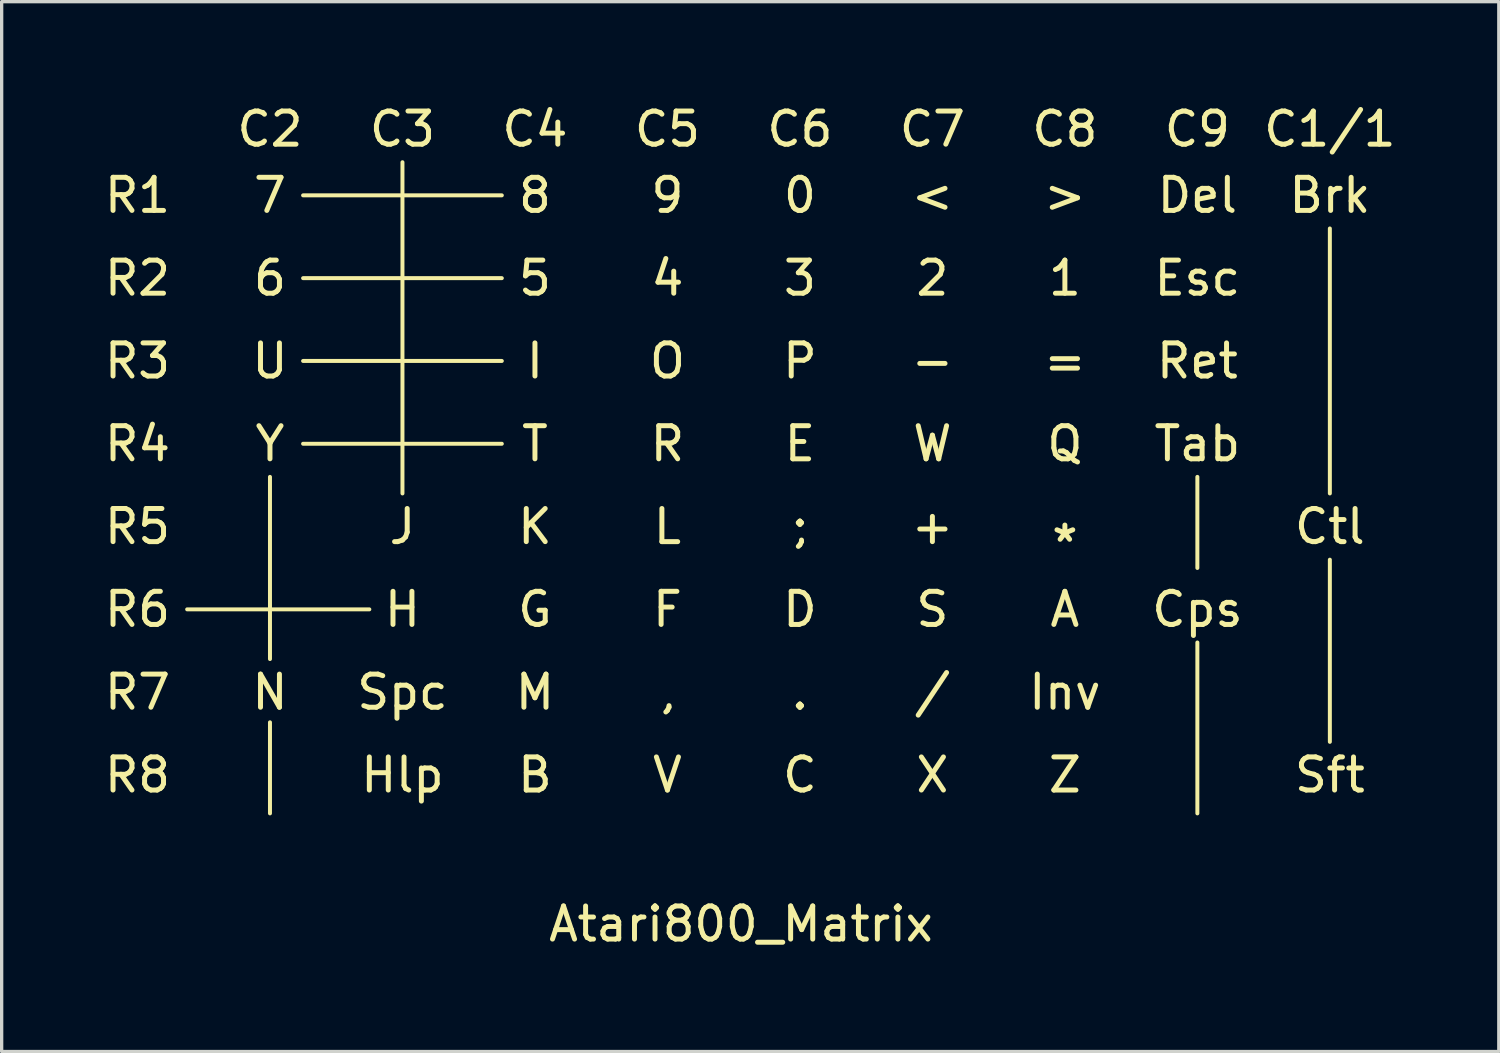
<source format=kicad_pcb>
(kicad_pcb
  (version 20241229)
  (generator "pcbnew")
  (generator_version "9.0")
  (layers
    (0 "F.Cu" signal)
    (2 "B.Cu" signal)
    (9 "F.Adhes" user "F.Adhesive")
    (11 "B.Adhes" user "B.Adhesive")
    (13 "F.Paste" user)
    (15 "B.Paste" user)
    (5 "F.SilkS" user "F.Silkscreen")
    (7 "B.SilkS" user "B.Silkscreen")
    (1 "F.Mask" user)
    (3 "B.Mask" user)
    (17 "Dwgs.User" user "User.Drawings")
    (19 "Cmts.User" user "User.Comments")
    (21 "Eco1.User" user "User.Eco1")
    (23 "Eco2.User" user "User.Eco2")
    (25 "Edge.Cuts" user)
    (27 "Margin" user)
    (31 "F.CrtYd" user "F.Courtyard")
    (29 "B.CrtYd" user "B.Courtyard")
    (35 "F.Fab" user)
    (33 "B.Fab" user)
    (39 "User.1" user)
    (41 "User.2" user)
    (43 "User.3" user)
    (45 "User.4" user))
  (footprint "Atari800_Matrix"
    (layer "F.Cu")
    (at 19.321 11.348)
    (property "Reference" "Atari800_Matrix" (at 0 13.5 0) (layer "F.SilkS") (effects (font (size 1 1) (thickness 0.15))))
    (attr through_hole)
    (fp_line (start -16.72 4) (end -11.22 4) (stroke (width 0.12) (type solid)) (layer "F.SilkS"))
    (fp_line (start -14.22 0) (end -14.22 5.5) (stroke (width 0.12) (type solid)) (layer "F.SilkS"))
    (fp_line (start -14.22 7.41) (end -14.22 10.16) (stroke (width 0.12) (type solid)) (layer "F.SilkS"))
    (fp_line (start -13.22 -8.5) (end -7.22 -8.5) (stroke (width 0.12) (type solid)) (layer "F.SilkS"))
    (fp_line (start -13.22 -6) (end -7.22 -6) (stroke (width 0.12) (type solid)) (layer "F.SilkS"))
    (fp_line (start -13.22 -3.5) (end -7.22 -3.5) (stroke (width 0.12) (type solid)) (layer "F.SilkS"))
    (fp_line (start -13.22 -1) (end -7.22 -1) (stroke (width 0.12) (type solid)) (layer "F.SilkS"))
    (fp_line (start -10.22 -9.5) (end -10.22 0.5) (stroke (width 0.12) (type solid)) (layer "F.SilkS"))
    (fp_line (start 13.78 0) (end 13.78 2.75) (stroke (width 0.12) (type solid)) (layer "F.SilkS"))
    (fp_line (start 13.78 5) (end 13.78 10.16) (stroke (width 0.12) (type solid)) (layer "F.SilkS"))
    (fp_line (start 17.78 -7.5) (end 17.78 0.5) (stroke (width 0.12) (type solid)) (layer "F.SilkS"))
    (fp_line (start 17.78 2.5) (end 17.78 8) (stroke (width 0.12) (type solid)) (layer "F.SilkS"))
    (fp_text user ";" (at 1.78 1.5 0) (layer "F.SilkS") (effects (font (size 1 1) (thickness 0.15))))
    (fp_text user "Spc" (at -10.22 6.5 0) (layer "F.SilkS") (effects (font (size 1 1) (thickness 0.15))))
    (fp_text user "6" (at -14.22 -6 0) (layer "F.SilkS") (effects (font (size 1 1) (thickness 0.15))))
    (fp_text user "M" (at -6.22 6.5 0) (layer "F.SilkS") (effects (font (size 1 1) (thickness 0.15))))
    (fp_text user "N" (at -14.22 6.5 0) (layer "F.SilkS") (effects (font (size 1 1) (thickness 0.15))))
    (fp_text user "-" (at 5.78 -3.5 0) (layer "F.SilkS") (effects (font (size 1 1) (thickness 0.15))))
    (fp_text user "Ret" (at 13.78 -3.5 0) (layer "F.SilkS") (effects (font (size 1 1) (thickness 0.15))))
    (fp_text user "C8" (at 9.78 -10.5 0) (layer "F.SilkS") (effects (font (size 1 1) (thickness 0.15))))
    (fp_text user "O" (at -2.22 -3.5 0) (layer "F.SilkS") (effects (font (size 1 1) (thickness 0.15))))
    (fp_text user "9" (at -2.22 -8.5 0) (layer "F.SilkS") (effects (font (size 1 1) (thickness 0.15))))
    (fp_text user "<" (at 5.78 -8.5 0) (layer "F.SilkS") (effects (font (size 1 1) (thickness 0.15))))
    (fp_text user "4" (at -2.22 -6 0) (layer "F.SilkS") (effects (font (size 1 1) (thickness 0.15))))
    (fp_text user "G" (at -6.22 4 0) (layer "F.SilkS") (effects (font (size 1 1) (thickness 0.15))))
    (fp_text user "R8" (at -18.22 9 0) (layer "F.SilkS") (effects (font (size 1 1) (thickness 0.15))))
    (fp_text user "C" (at 1.78 9 0) (layer "F.SilkS") (effects (font (size 1 1) (thickness 0.15))))
    (fp_text user "R5" (at -18.22 1.5 0) (layer "F.SilkS") (effects (font (size 1 1) (thickness 0.15))))
    (fp_text user "+" (at 5.78 1.5 0) (layer "F.SilkS") (effects (font (size 1 1) (thickness 0.15))))
    (fp_text user "F" (at -2.22 4 0) (layer "F.SilkS") (effects (font (size 1 1) (thickness 0.15))))
    (fp_text user "/" (at 5.78 6.5 0) (layer "F.SilkS") (effects (font (size 1 1) (thickness 0.15))))
    (fp_text user "Ctl" (at 17.78 1.5 0) (layer "F.SilkS") (effects (font (size 1 1) (thickness 0.15))))
    (fp_text user "Z" (at 9.78 9 0) (layer "F.SilkS") (effects (font (size 1 1) (thickness 0.15))))
    (fp_text user "C3" (at -10.22 -10.5 0) (layer "F.SilkS") (effects (font (size 1 1) (thickness 0.15))))
    (fp_text user "5" (at -6.22 -6 0) (layer "F.SilkS") (effects (font (size 1 1) (thickness 0.15))))
    (fp_text user "R" (at -2.22 -1 0) (layer "F.SilkS") (effects (font (size 1 1) (thickness 0.15))))
    (fp_text user ">" (at 9.78 -8.5 0) (layer "F.SilkS") (effects (font (size 1 1) (thickness 0.15))))
    (fp_text user "C9" (at 13.78 -10.5 0) (layer "F.SilkS") (effects (font (size 1 1) (thickness 0.15))))
    (fp_text user "K" (at -6.22 1.5 0) (layer "F.SilkS") (effects (font (size 1 1) (thickness 0.15))))
    (fp_text user "," (at -2.22 6.5 0) (layer "F.SilkS") (effects (font (size 1 1) (thickness 0.15))))
    (fp_text user "1" (at 9.78 -6 0) (layer "F.SilkS") (effects (font (size 1 1) (thickness 0.15))))
    (fp_text user "J" (at -10.22 1.5 0) (layer "F.SilkS") (effects (font (size 1 1) (thickness 0.15))))
    (fp_text user "Hlp" (at -10.22 9 0) (layer "F.SilkS") (effects (font (size 1 1) (thickness 0.15))))
    (fp_text user "Brk" (at 17.78 -8.5 0) (layer "F.SilkS") (effects (font (size 1 1) (thickness 0.15))))
    (fp_text user "A" (at 9.78 4 0) (layer "F.SilkS") (effects (font (size 1 1) (thickness 0.15))))
    (fp_text user "." (at 1.78 6.5 0) (layer "F.SilkS") (effects (font (size 1 1) (thickness 0.15))))
    (fp_text user "E" (at 1.78 -1 0) (layer "F.SilkS") (effects (font (size 1 1) (thickness 0.15))))
    (fp_text user "Sft" (at 17.78 9 0) (layer "F.SilkS") (effects (font (size 1 1) (thickness 0.15))))
    (fp_text user "C4" (at -6.22 -10.5 0) (layer "F.SilkS") (effects (font (size 1 1) (thickness 0.15))))
    (fp_text user "=" (at 9.78 -3.5 0) (layer "F.SilkS") (effects (font (size 1 1) (thickness 0.15))))
    (fp_text user "Del" (at 13.78 -8.5 0) (layer "F.SilkS") (effects (font (size 1 1) (thickness 0.15))))
    (fp_text user "C7" (at 5.78 -10.5 0) (layer "F.SilkS") (effects (font (size 1 1) (thickness 0.15))))
    (fp_text user "R2" (at -18.22 -6 0) (layer "F.SilkS") (effects (font (size 1 1) (thickness 0.15))))
    (fp_text user "R1" (at -18.22 -8.5 0) (layer "F.SilkS") (effects (font (size 1 1) (thickness 0.15))))
    (fp_text user "W" (at 5.78 -1 0) (layer "F.SilkS") (effects (font (size 1 1) (thickness 0.15))))
    (fp_text user "8" (at -6.22 -8.5 0) (layer "F.SilkS") (effects (font (size 1 1) (thickness 0.15))))
    (fp_text user "3" (at 1.78 -6 0) (layer "F.SilkS") (effects (font (size 1 1) (thickness 0.15))))
    (fp_text user "C6" (at 1.78 -10.5 0) (layer "F.SilkS") (effects (font (size 1 1) (thickness 0.15))))
    (fp_text user "I" (at -6.22 -3.5 0) (layer "F.SilkS") (effects (font (size 1 1) (thickness 0.15))))
    (fp_text user "U" (at -14.22 -3.5 0) (layer "F.SilkS") (effects (font (size 1 1) (thickness 0.15))))
    (fp_text user "L" (at -2.22 1.5 0) (layer "F.SilkS") (effects (font (size 1 1) (thickness 0.15))))
    (fp_text user "7" (at -14.22 -8.5 0) (layer "F.SilkS") (effects (font (size 1 1) (thickness 0.15))))
    (fp_text user "R6" (at -18.22 4 0) (layer "F.SilkS") (effects (font (size 1 1) (thickness 0.15))))
    (fp_text user "R3" (at -18.22 -3.5 0) (layer "F.SilkS") (effects (font (size 1 1) (thickness 0.15))))
    (fp_text user "Inv" (at 9.78 6.5 0) (layer "F.SilkS") (effects (font (size 1 1) (thickness 0.15))))
    (fp_text user "C1/1" (at 17.78 -10.5 0) (layer "F.SilkS") (effects (font (size 1 1) (thickness 0.15))))
    (fp_text user "V" (at -2.22 9 0) (layer "F.SilkS") (effects (font (size 1 1) (thickness 0.15))))
    (fp_text user "Tab" (at 13.78 -1 0) (layer "F.SilkS") (effects (font (size 1 1) (thickness 0.15))))
    (fp_text user "*" (at 9.78 2 0) (layer "F.SilkS") (effects (font (size 1 1) (thickness 0.15))))
    (fp_text user "H" (at -10.22 4 0) (layer "F.SilkS") (effects (font (size 1 1) (thickness 0.15))))
    (fp_text user "C5" (at -2.22 -10.5 0) (layer "F.SilkS") (effects (font (size 1 1) (thickness 0.15))))
    (fp_text user "R4" (at -18.22 -1 0) (layer "F.SilkS") (effects (font (size 1 1) (thickness 0.15))))
    (fp_text user "P" (at 1.78 -3.5 0) (layer "F.SilkS") (effects (font (size 1 1) (thickness 0.15))))
    (fp_text user "T" (at -6.22 -1 0) (layer "F.SilkS") (effects (font (size 1 1) (thickness 0.15))))
    (fp_text user "C2" (at -14.22 -10.5 0) (layer "F.SilkS") (effects (font (size 1 1) (thickness 0.15))))
    (fp_text user "X" (at 5.78 9 0) (layer "F.SilkS") (effects (font (size 1 1) (thickness 0.15))))
    (fp_text user "2" (at 5.78 -6 0) (layer "F.SilkS") (effects (font (size 1 1) (thickness 0.15))))
    (fp_text user "Y" (at -14.22 -1 0) (layer "F.SilkS") (effects (font (size 1 1) (thickness 0.15))))
    (fp_text user "0" (at 1.78 -8.5 0) (layer "F.SilkS") (effects (font (size 1 1) (thickness 0.15))))
    (fp_text user "Esc" (at 13.78 -6 0) (layer "F.SilkS") (effects (font (size 1 1) (thickness 0.15))))
    (fp_text user "S" (at 5.78 4 0) (layer "F.SilkS") (effects (font (size 1 1) (thickness 0.15))))
    (fp_text user "R7" (at -18.22 6.5 0) (layer "F.SilkS") (effects (font (size 1 1) (thickness 0.15))))
    (fp_text user "D" (at 1.78 4 0) (layer "F.SilkS") (effects (font (size 1 1) (thickness 0.15))))
    (fp_text user "Q" (at 9.78 -1 0) (layer "F.SilkS") (effects (font (size 1 1) (thickness 0.15))))
    (fp_text user "Cps" (at 13.78 4 0) (layer "F.SilkS") (effects (font (size 1 1) (thickness 0.15))))
    (fp_text user "B" (at -6.22 9 0) (layer "F.SilkS") (effects (font (size 1 1) (thickness 0.15)))))
  (gr_rect
    (start -3 -3)
    (end 42.202 28.697)
    (stroke (width 0.1) (type default))
    (fill no)
    (layer "Edge.Cuts")))
</source>
